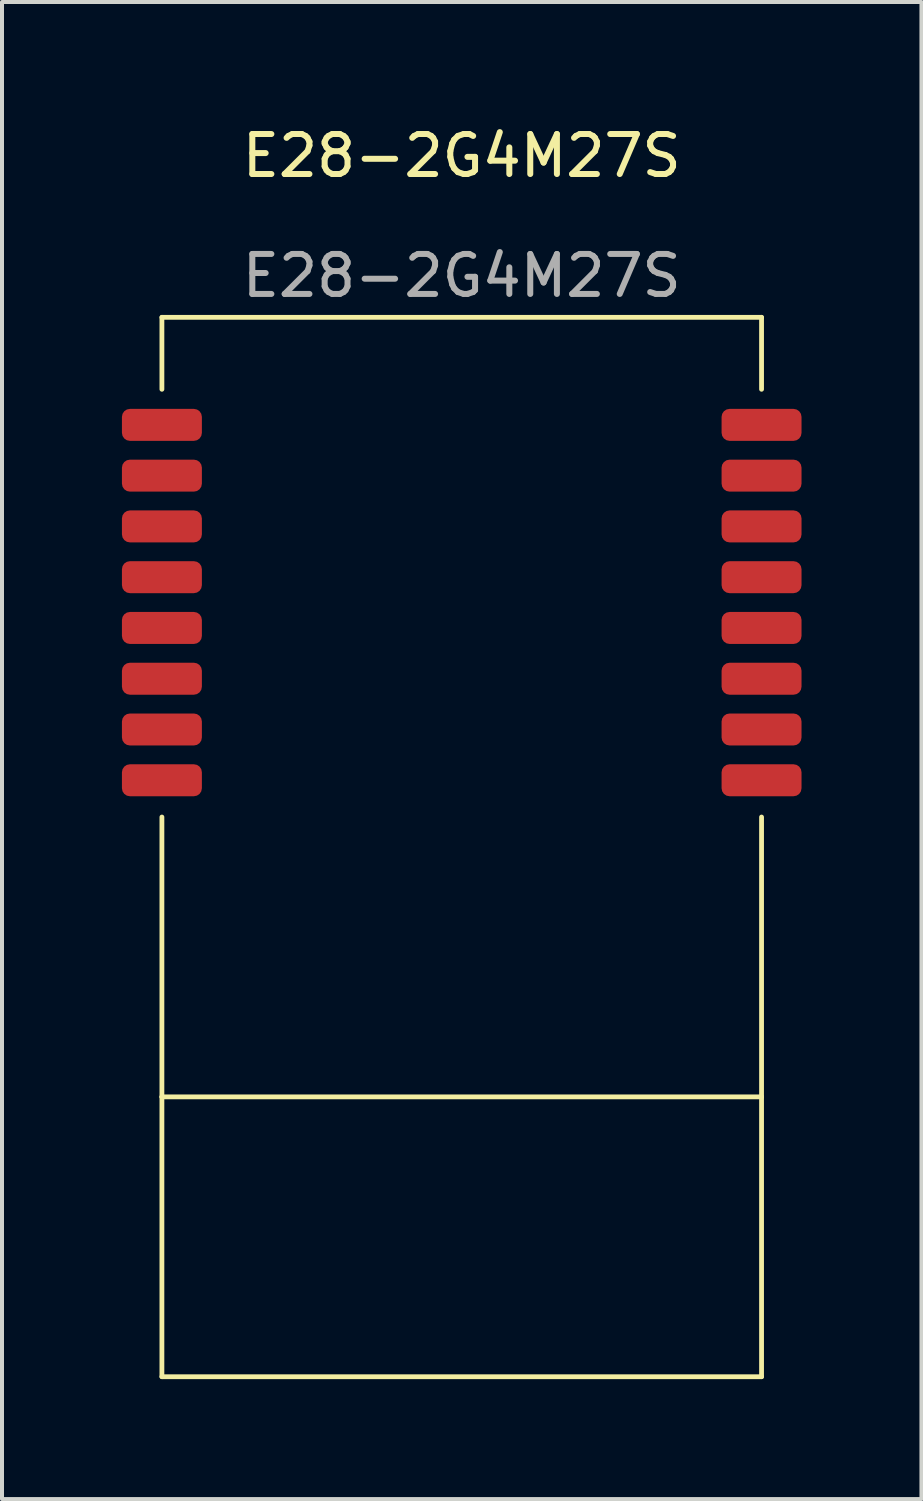
<source format=kicad_pcb>
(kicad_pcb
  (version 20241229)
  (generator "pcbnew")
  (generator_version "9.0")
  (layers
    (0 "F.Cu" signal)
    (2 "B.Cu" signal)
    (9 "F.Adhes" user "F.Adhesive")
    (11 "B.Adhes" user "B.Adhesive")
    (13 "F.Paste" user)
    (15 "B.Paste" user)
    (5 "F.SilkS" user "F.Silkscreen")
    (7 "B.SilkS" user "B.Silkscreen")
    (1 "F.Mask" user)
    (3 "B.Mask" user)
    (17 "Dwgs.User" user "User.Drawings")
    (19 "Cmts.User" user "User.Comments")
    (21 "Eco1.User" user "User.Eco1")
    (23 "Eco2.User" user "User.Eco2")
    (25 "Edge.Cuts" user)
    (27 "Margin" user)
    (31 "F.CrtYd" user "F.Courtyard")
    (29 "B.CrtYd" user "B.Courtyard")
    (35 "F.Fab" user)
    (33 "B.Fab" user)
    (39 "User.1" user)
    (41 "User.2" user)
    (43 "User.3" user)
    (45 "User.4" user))
  (footprint "E28-2G4M27S"
    (layer "F.Cu")
    (at 8.38 16.468)
    (property "Reference" "E28-2G4M27S" (at 0.12 -15.62 0) (unlocked yes) (layer "F.SilkS") (effects (font (size 1 1) (thickness 0.15))))
    (attr smd)
    (fp_line (start -7.38 -11.58) (end -7.38 -9.78) (stroke (width 0.12) (type solid)) (layer "F.SilkS"))
    (fp_line (start -7.38 -11.58) (end 7.62 -11.58) (stroke (width 0.12) (type solid)) (layer "F.SilkS"))
    (fp_line (start -7.38 7.92) (end -7.38 0.92) (stroke (width 0.12) (type solid)) (layer "F.SilkS"))
    (fp_line (start -7.38 14.92) (end -7.38 7.92) (stroke (width 0.12) (type solid)) (layer "F.SilkS"))
    (fp_line (start -7.38 14.92) (end 7.62 14.92) (stroke (width 0.12) (type solid)) (layer "F.SilkS"))
    (fp_line (start 7.62 -11.58) (end 7.62 -9.78) (stroke (width 0.12) (type solid)) (layer "F.SilkS"))
    (fp_line (start 7.62 7.92) (end -7.38 7.92) (stroke (width 0.12) (type solid)) (layer "F.SilkS"))
    (fp_line (start 7.62 7.92) (end 7.62 0.92) (stroke (width 0.12) (type solid)) (layer "F.SilkS"))
    (fp_line (start 7.62 14.92) (end 7.62 7.92) (stroke (width 0.12) (type solid)) (layer "F.SilkS"))
    (fp_text user "${REFERENCE}" (at 0.12 -12.62 0) (unlocked yes) (layer "F.Fab") (effects (font (size 1 1) (thickness 0.15))))
    (pad "1" smd roundrect (at -7.38 -8.89) (size 2 0.8) (layers "F.Cu" "F.Mask" "F.Paste") (roundrect_rratio 0.25))
    (pad "2" smd roundrect (at -7.38 -7.62) (size 2 0.8) (layers "F.Cu" "F.Mask" "F.Paste") (roundrect_rratio 0.25))
    (pad "3" smd roundrect (at -7.38 -6.35) (size 2 0.8) (layers "F.Cu" "F.Mask" "F.Paste") (roundrect_rratio 0.25))
    (pad "4" smd roundrect (at -7.38 -5.08) (size 2 0.8) (layers "F.Cu" "F.Mask" "F.Paste") (roundrect_rratio 0.25))
    (pad "5" smd roundrect (at -7.38 -3.81) (size 2 0.8) (layers "F.Cu" "F.Mask" "F.Paste") (roundrect_rratio 0.25))
    (pad "6" smd roundrect (at -7.38 -2.54) (size 2 0.8) (layers "F.Cu" "F.Mask" "F.Paste") (roundrect_rratio 0.25))
    (pad "7" smd roundrect (at -7.38 -1.27) (size 2 0.8) (layers "F.Cu" "F.Mask" "F.Paste") (roundrect_rratio 0.25))
    (pad "8" smd roundrect (at -7.38 0) (size 2 0.8) (layers "F.Cu" "F.Mask" "F.Paste") (roundrect_rratio 0.25))
    (pad "9" smd roundrect (at 7.62 0) (size 2 0.8) (layers "F.Cu" "F.Mask" "F.Paste") (roundrect_rratio 0.25))
    (pad "10" smd roundrect (at 7.62 -1.27) (size 2 0.8) (layers "F.Cu" "F.Mask" "F.Paste") (roundrect_rratio 0.25))
    (pad "11" smd roundrect (at 7.62 -2.54) (size 2 0.8) (layers "F.Cu" "F.Mask" "F.Paste") (roundrect_rratio 0.25))
    (pad "12" smd roundrect (at 7.62 -3.81) (size 2 0.8) (layers "F.Cu" "F.Mask" "F.Paste") (roundrect_rratio 0.25))
    (pad "13" smd roundrect (at 7.62 -5.08) (size 2 0.8) (layers "F.Cu" "F.Mask" "F.Paste") (roundrect_rratio 0.25))
    (pad "14" smd roundrect (at 7.62 -6.35) (size 2 0.8) (layers "F.Cu" "F.Mask" "F.Paste") (roundrect_rratio 0.25))
    (pad "15" smd roundrect (at 7.62 -7.62) (size 2 0.8) (layers "F.Cu" "F.Mask" "F.Paste") (roundrect_rratio 0.25))
    (pad "16" smd roundrect (at 7.62 -8.89) (size 2 0.8) (layers "F.Cu" "F.Mask" "F.Paste") (roundrect_rratio 0.25)))
  (gr_rect
    (start -3 -3)
    (end 20 34.448)
    (stroke (width 0.1) (type default))
    (fill no)
    (layer "Edge.Cuts")))
</source>
